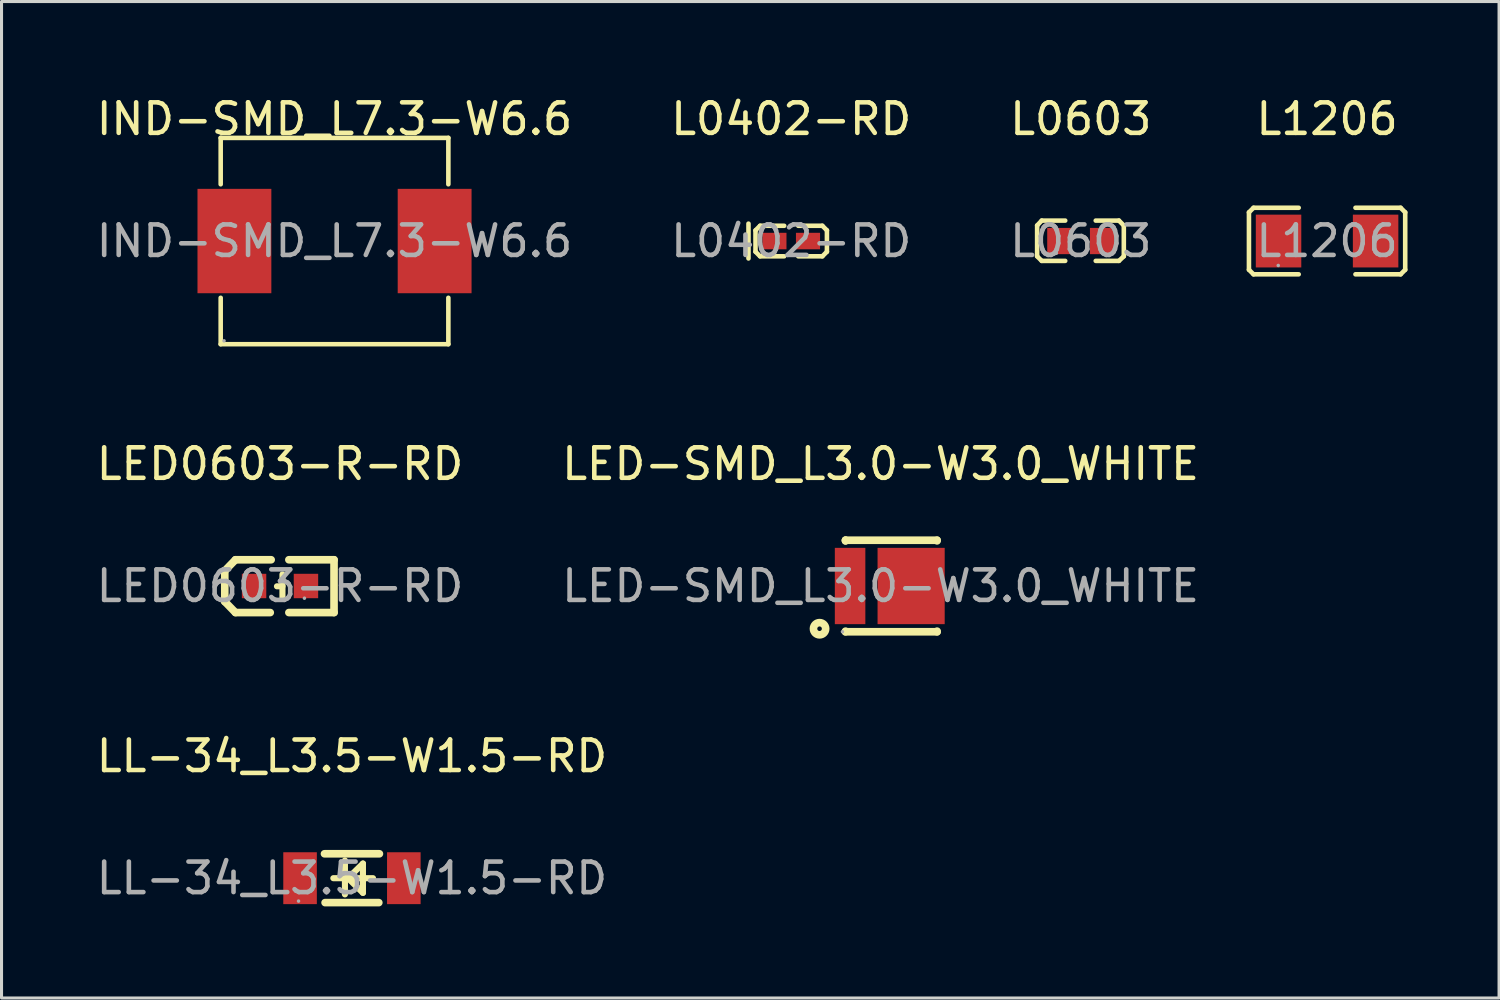
<source format=kicad_pcb>
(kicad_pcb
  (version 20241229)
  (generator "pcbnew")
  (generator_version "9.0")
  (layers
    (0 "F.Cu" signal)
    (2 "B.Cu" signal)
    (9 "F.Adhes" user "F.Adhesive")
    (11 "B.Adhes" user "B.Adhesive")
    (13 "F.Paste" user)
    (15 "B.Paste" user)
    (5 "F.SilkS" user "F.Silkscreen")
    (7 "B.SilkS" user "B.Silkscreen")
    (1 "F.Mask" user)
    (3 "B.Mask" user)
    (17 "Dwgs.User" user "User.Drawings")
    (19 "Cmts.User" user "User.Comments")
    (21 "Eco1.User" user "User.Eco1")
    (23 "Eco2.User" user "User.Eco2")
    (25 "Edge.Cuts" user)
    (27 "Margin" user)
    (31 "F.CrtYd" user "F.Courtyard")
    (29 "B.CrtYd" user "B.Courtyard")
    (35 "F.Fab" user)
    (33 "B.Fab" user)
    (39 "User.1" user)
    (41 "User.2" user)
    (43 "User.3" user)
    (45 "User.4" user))
  (footprint "L0402-RD"
    (layer "F.Cu")
    (at 22.875 4.848)
    (property "Reference" "L0402-RD" (at 0 -4 0) (layer "F.SilkS") (effects (font (size 1 1) (thickness 0.15))))
    (attr smd)
    (fp_line (start -1.4 -0.57) (end -1.4 0.57) (stroke (width 0.15) (type solid)) (layer "F.SilkS"))
    (fp_line (start -1.17 -0.35) (end -1.02 -0.5) (stroke (width 0.15) (type solid)) (layer "F.SilkS"))
    (fp_line (start -1.17 0.35) (end -1.17 -0.35) (stroke (width 0.15) (type solid)) (layer "F.SilkS"))
    (fp_line (start -1.02 -0.5) (end -0.23 -0.5) (stroke (width 0.15) (type solid)) (layer "F.SilkS"))
    (fp_line (start -1.02 0.5) (end -1.17 0.35) (stroke (width 0.15) (type solid)) (layer "F.SilkS"))
    (fp_line (start -0.23 0.5) (end -1.02 0.5) (stroke (width 0.15) (type solid)) (layer "F.SilkS"))
    (fp_line (start 0.23 0.5) (end 1.02 0.5) (stroke (width 0.15) (type solid)) (layer "F.SilkS"))
    (fp_line (start 1.02 -0.5) (end 0.23 -0.5) (stroke (width 0.15) (type solid)) (layer "F.SilkS"))
    (fp_line (start 1.02 0.5) (end 1.17 0.35) (stroke (width 0.15) (type solid)) (layer "F.SilkS"))
    (fp_line (start 1.17 -0.35) (end 1.02 -0.5) (stroke (width 0.15) (type solid)) (layer "F.SilkS"))
    (fp_line (start 1.17 0.35) (end 1.17 -0.35) (stroke (width 0.15) (type solid)) (layer "F.SilkS"))
    (fp_circle (center -0.5 0.25) (end -0.47 0.25) (stroke (width 0.06) (type solid)) (fill no) (layer "F.Fab"))
    (fp_text user "${REFERENCE}" (at 0 0 0) (layer "F.Fab") (effects (font (size 1 1) (thickness 0.15))))
    (pad "1" smd rect (at -0.55 0) (size 0.79 0.54) (layers "F.Cu" "F.Mask" "F.Paste"))
    (pad "2" smd rect (at 0.55 0) (size 0.79 0.54) (layers "F.Cu" "F.Mask" "F.Paste")))
  (footprint "L0603"
    (layer "F.Cu")
    (at 32.363 4.848)
    (property "Reference" "L0603" (at 0 -4 0) (layer "F.SilkS") (effects (font (size 1 1) (thickness 0.15))))
    (attr smd)
    (fp_line (start -1.43 -0.51) (end -1.28 -0.67) (stroke (width 0.15) (type solid)) (layer "F.SilkS"))
    (fp_line (start -1.43 0.5) (end -1.43 -0.51) (stroke (width 0.15) (type solid)) (layer "F.SilkS"))
    (fp_line (start -1.28 -0.67) (end -0.51 -0.67) (stroke (width 0.15) (type solid)) (layer "F.SilkS"))
    (fp_line (start -1.28 0.65) (end -1.43 0.5) (stroke (width 0.15) (type solid)) (layer "F.SilkS"))
    (fp_line (start -1.28 0.65) (end -0.51 0.65) (stroke (width 0.15) (type solid)) (layer "F.SilkS"))
    (fp_line (start 1.25 -0.67) (end 0.49 -0.67) (stroke (width 0.15) (type solid)) (layer "F.SilkS"))
    (fp_line (start 1.25 -0.67) (end 1.41 -0.51) (stroke (width 0.15) (type solid)) (layer "F.SilkS"))
    (fp_line (start 1.25 0.65) (end 0.49 0.65) (stroke (width 0.15) (type solid)) (layer "F.SilkS"))
    (fp_line (start 1.41 -0.51) (end 1.41 0.5) (stroke (width 0.15) (type solid)) (layer "F.SilkS"))
    (fp_line (start 1.41 0.5) (end 1.25 0.65) (stroke (width 0.15) (type solid)) (layer "F.SilkS"))
    (fp_circle (center -0.8 0.4) (end -0.77 0.4) (stroke (width 0.06) (type solid)) (fill no) (layer "F.Fab"))
    (fp_text user "${REFERENCE}" (at 0 0 0) (layer "F.Fab") (effects (font (size 1 1) (thickness 0.15))))
    (pad "1" smd rect (at -0.7 0 180) (size 0.8 0.86) (layers "F.Cu" "F.Mask" "F.Paste"))
    (pad "2" smd rect (at 0.7 0 180) (size 0.8 0.86) (layers "F.Cu" "F.Mask" "F.Paste")))
  (footprint "L1206"
    (layer "F.Cu")
    (at 40.433 4.848)
    (property "Reference" "L1206" (at 0 -4 0) (layer "F.SilkS") (effects (font (size 1 1) (thickness 0.15))))
    (attr smd)
    (fp_line (start -2.56 -0.94) (end -2.41 -1.09) (stroke (width 0.15) (type solid)) (layer "F.SilkS"))
    (fp_line (start -2.56 0.94) (end -2.56 -0.94) (stroke (width 0.15) (type solid)) (layer "F.SilkS"))
    (fp_line (start -2.41 -1.09) (end -0.93 -1.09) (stroke (width 0.15) (type solid)) (layer "F.SilkS"))
    (fp_line (start -2.41 1.09) (end -2.56 0.94) (stroke (width 0.15) (type solid)) (layer "F.SilkS"))
    (fp_line (start -0.93 1.09) (end -2.41 1.09) (stroke (width 0.15) (type solid)) (layer "F.SilkS"))
    (fp_line (start 0.93 1.09) (end 2.41 1.09) (stroke (width 0.15) (type solid)) (layer "F.SilkS"))
    (fp_line (start 2.41 -1.09) (end 0.93 -1.09) (stroke (width 0.15) (type solid)) (layer "F.SilkS"))
    (fp_line (start 2.41 1.09) (end 2.56 0.94) (stroke (width 0.15) (type solid)) (layer "F.SilkS"))
    (fp_line (start 2.56 -0.94) (end 2.41 -1.09) (stroke (width 0.15) (type solid)) (layer "F.SilkS"))
    (fp_line (start 2.56 0.94) (end 2.56 -0.94) (stroke (width 0.15) (type solid)) (layer "F.SilkS"))
    (fp_circle (center -1.6 0.8) (end -1.57 0.8) (stroke (width 0.06) (type solid)) (fill no) (layer "F.Fab"))
    (fp_text user "${REFERENCE}" (at 0 0 0) (layer "F.Fab") (effects (font (size 1 1) (thickness 0.15))))
    (pad "1" smd rect (at -1.59 0) (size 1.49 1.73) (layers "F.Cu" "F.Mask" "F.Paste"))
    (pad "2" smd rect (at 1.59 0) (size 1.49 1.73) (layers "F.Cu" "F.Mask" "F.Paste")))
  (footprint "LED-SMD_L3.0-W3.0_WHITE"
    (layer "F.Cu")
    (at 25.804 16.151)
    (property "Reference" "LED-SMD_L3.0-W3.0_WHITE" (at 0 -4 0) (layer "F.SilkS") (effects (font (size 1 1) (thickness 0.15))))
    (attr smd)
    (fp_line (start -1.15 -1.5) (end 1.85 -1.5) (stroke (width 0.25) (type solid)) (layer "F.SilkS"))
    (fp_line (start -1.15 -1.48) (end -1.15 -1.5) (stroke (width 0.25) (type solid)) (layer "F.SilkS"))
    (fp_line (start -1.15 -1.48) (end -1.15 -1.5) (stroke (width 0.25) (type solid)) (layer "F.SilkS"))
    (fp_line (start -1.15 1.5) (end -1.15 1.48) (stroke (width 0.25) (type solid)) (layer "F.SilkS"))
    (fp_line (start 1.85 -1.5) (end 1.85 -1.48) (stroke (width 0.25) (type solid)) (layer "F.SilkS"))
    (fp_line (start 1.85 1.48) (end 1.85 1.5) (stroke (width 0.25) (type solid)) (layer "F.SilkS"))
    (fp_line (start 1.85 1.5) (end -1.15 1.5) (stroke (width 0.25) (type solid)) (layer "F.SilkS"))
    (fp_circle (center -2 1.4) (end -1.8 1.4) (stroke (width 0.25) (type solid)) (fill no) (layer "F.SilkS"))
    (fp_circle (center -1.25 1.5) (end -1.22 1.5) (stroke (width 0.06) (type solid)) (fill no) (layer "F.Fab"))
    (fp_text user "${REFERENCE}" (at 0 0 0) (layer "F.Fab") (effects (font (size 1 1) (thickness 0.15))))
    (pad "1" smd rect (at -1 0 180) (size 1 2.5) (layers "F.Cu" "F.Mask" "F.Paste"))
    (pad "2" smd rect (at 1 0 180) (size 2.2 2.5) (layers "F.Cu" "F.Mask" "F.Paste")))
  (footprint "LL-34_L3.5-W1.5-RD"
    (layer "F.Cu")
    (at 8.482 25.725)
    (property "Reference" "LL-34_L3.5-W1.5-RD" (at 0 -4 0) (layer "F.SilkS") (effects (font (size 1 1) (thickness 0.15))))
    (attr smd)
    (fp_line (start -0.9 -0.8) (end 0.9 -0.8) (stroke (width 0.25) (type solid)) (layer "F.SilkS"))
    (fp_line (start -0.88 0.8) (end 0.88 0.8) (stroke (width 0.25) (type solid)) (layer "F.SilkS"))
    (fp_line (start -0.61 0) (end 0.69 0) (stroke (width 0.2) (type solid)) (layer "F.SilkS"))
    (fp_line (start -0.23 -0.58) (end -0.23 0.53) (stroke (width 0.2) (type solid)) (layer "F.SilkS"))
    (fp_line (start -0.13 0) (end 0.36 -0.48) (stroke (width 0.2) (type solid)) (layer "F.SilkS"))
    (fp_line (start 0.36 -0.48) (end 0.36 0.48) (stroke (width 0.2) (type solid)) (layer "F.SilkS"))
    (fp_line (start 0.36 0.48) (end -0.1 0.03) (stroke (width 0.2) (type solid)) (layer "F.SilkS"))
    (fp_circle (center -1.75 0.75) (end -1.72 0.75) (stroke (width 0.06) (type solid)) (fill no) (layer "F.Fab"))
    (fp_text user "${REFERENCE}" (at 0 0 0) (layer "F.Fab") (effects (font (size 1 1) (thickness 0.15))))
    (pad "1" smd rect (at -1.7 0 180) (size 1.1 1.7) (layers "F.Cu" "F.Mask" "F.Paste"))
    (pad "2" smd rect (at 1.7 0 180) (size 1.1 1.7) (layers "F.Cu" "F.Mask" "F.Paste")))
  (footprint "LED0603-R-RD"
    (layer "F.Cu")
    (at 6.125 16.151)
    (property "Reference" "LED0603-R-RD" (at 0 -4 0) (layer "F.SilkS") (effects (font (size 1 1) (thickness 0.15))))
    (attr smd)
    (fp_line (start -1.81 -0.5) (end -1.46 -0.86) (stroke (width 0.25) (type solid)) (layer "F.SilkS"))
    (fp_line (start -1.81 0.51) (end -1.81 -0.5) (stroke (width 0.25) (type solid)) (layer "F.SilkS"))
    (fp_line (start -1.46 0.87) (end -1.81 0.51) (stroke (width 0.25) (type solid)) (layer "F.SilkS"))
    (fp_line (start -0.32 0.87) (end -1.46 0.87) (stroke (width 0.25) (type solid)) (layer "F.SilkS"))
    (fp_line (start -0.29 -0.86) (end -1.46 -0.86) (stroke (width 0.25) (type solid)) (layer "F.SilkS"))
    (fp_line (start 0.08 0.01) (end -0.1 0.01) (stroke (width 0.2) (type solid)) (layer "F.SilkS"))
    (fp_line (start 0.08 0.41) (end 0.08 -0.38) (stroke (width 0.2) (type solid)) (layer "F.SilkS"))
    (fp_line (start 1.77 -0.86) (end 0.29 -0.86) (stroke (width 0.25) (type solid)) (layer "F.SilkS"))
    (fp_line (start 1.77 0.87) (end 0.29 0.87) (stroke (width 0.25) (type solid)) (layer "F.SilkS"))
    (fp_line (start 1.77 0.87) (end 1.77 -0.86) (stroke (width 0.25) (type solid)) (layer "F.SilkS"))
    (fp_circle (center 0.8 0.4) (end 0.83 0.4) (stroke (width 0.06) (type solid)) (fill no) (layer "F.Fab"))
    (fp_text user "${REFERENCE}" (at 0 0 0) (layer "F.Fab") (effects (font (size 1 1) (thickness 0.15))))
    (pad "1" smd rect (at 0.85 0 90) (size 0.8 0.8) (layers "F.Cu" "F.Mask" "F.Paste"))
    (pad "2" smd rect (at -0.85 0 90) (size 0.8 0.8) (layers "F.Cu" "F.Mask" "F.Paste")))
  (footprint "IND-SMD_L7.3-W6.6"
    (layer "F.Cu")
    (at 7.911 4.848)
    (property "Reference" "IND-SMD_L7.3-W6.6" (at 0 -4 0) (layer "F.SilkS") (effects (font (size 1 1) (thickness 0.15))))
    (attr smd)
    (fp_line (start -3.73 -3.38) (end 3.73 -3.38) (stroke (width 0.15) (type solid)) (layer "F.SilkS"))
    (fp_line (start -3.73 -1.86) (end -3.73 -3.38) (stroke (width 0.15) (type solid)) (layer "F.SilkS"))
    (fp_line (start -3.73 1.86) (end -3.73 3.38) (stroke (width 0.15) (type solid)) (layer "F.SilkS"))
    (fp_line (start -3.73 3.38) (end 3.73 3.38) (stroke (width 0.15) (type solid)) (layer "F.SilkS"))
    (fp_line (start 3.73 -3.38) (end 3.73 -1.86) (stroke (width 0.15) (type solid)) (layer "F.SilkS"))
    (fp_line (start 3.73 3.38) (end 3.73 1.86) (stroke (width 0.15) (type solid)) (layer "F.SilkS"))
    (fp_circle (center -3.62 3.27) (end -3.59 3.27) (stroke (width 0.06) (type solid)) (fill no) (layer "F.Fab"))
    (fp_text user "${REFERENCE}" (at 0 0 0) (layer "F.Fab") (effects (font (size 1 1) (thickness 0.15))))
    (pad "1" smd rect (at 3.28 0) (size 2.42 3.42) (layers "F.Cu" "F.Mask" "F.Paste"))
    (pad "2" smd rect (at -3.28 0) (size 2.42 3.42) (layers "F.Cu" "F.Mask" "F.Paste")))
  (gr_rect
    (start -3 -3)
    (end 46.068 29.65)
    (stroke (width 0.1) (type default))
    (fill no)
    (layer "Edge.Cuts")))
</source>
